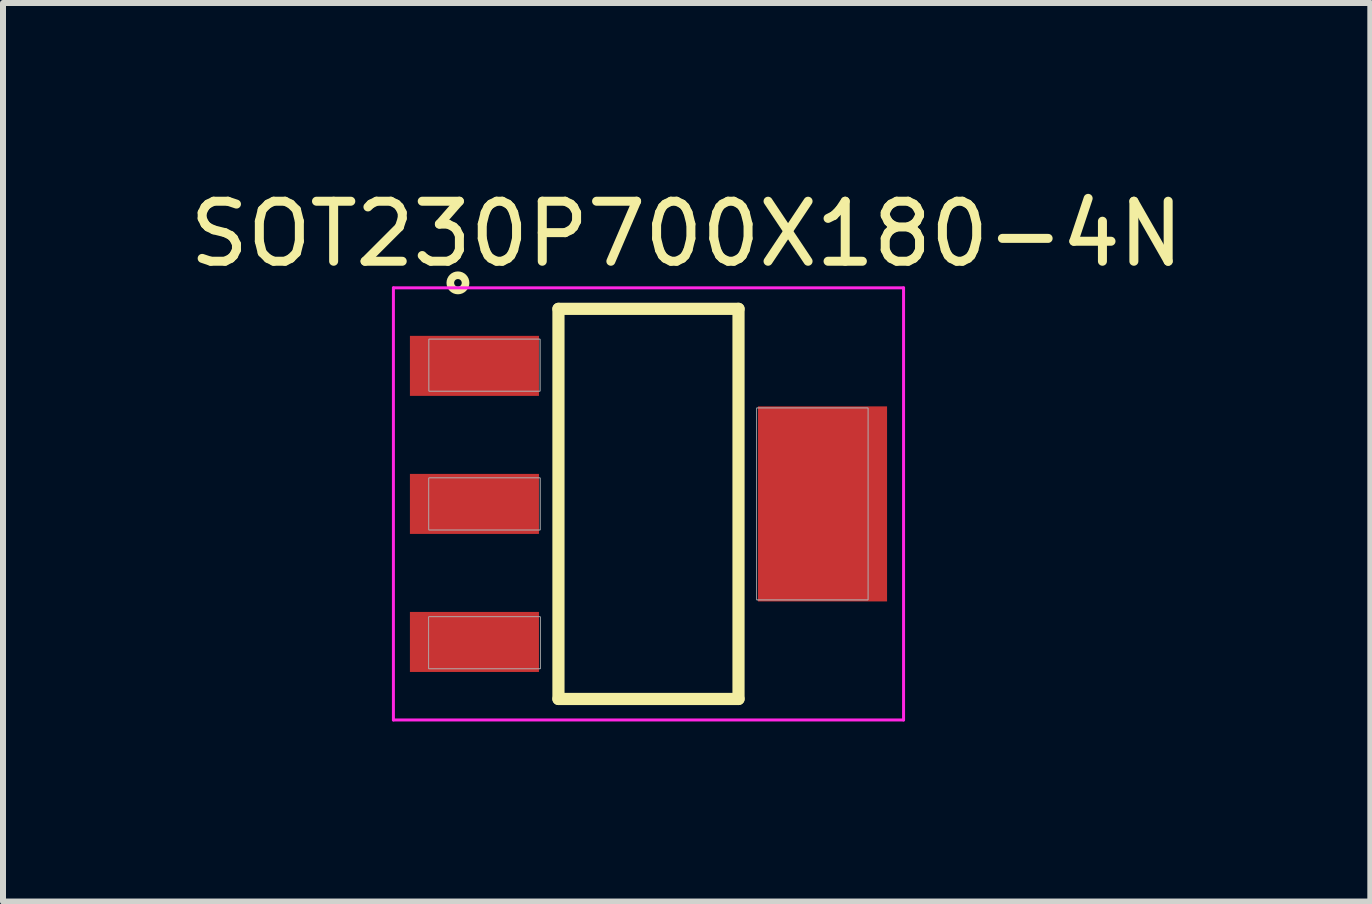
<source format=kicad_pcb>
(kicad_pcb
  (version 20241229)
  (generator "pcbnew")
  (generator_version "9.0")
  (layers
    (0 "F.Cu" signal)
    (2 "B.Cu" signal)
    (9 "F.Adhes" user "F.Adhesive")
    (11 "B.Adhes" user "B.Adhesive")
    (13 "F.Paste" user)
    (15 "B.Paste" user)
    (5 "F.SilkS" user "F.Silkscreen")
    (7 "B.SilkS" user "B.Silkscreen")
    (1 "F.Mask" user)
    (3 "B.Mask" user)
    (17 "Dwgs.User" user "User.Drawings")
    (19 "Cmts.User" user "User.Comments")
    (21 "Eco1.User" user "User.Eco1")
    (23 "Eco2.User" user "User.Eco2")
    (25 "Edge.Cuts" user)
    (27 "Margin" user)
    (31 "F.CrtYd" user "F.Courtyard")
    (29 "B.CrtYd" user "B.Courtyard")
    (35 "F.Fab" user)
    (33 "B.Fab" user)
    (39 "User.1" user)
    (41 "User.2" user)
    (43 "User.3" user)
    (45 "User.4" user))
  (footprint "SOT230P700X180-4N"
    (layer "F.Cu")
    (at 7.755 5.346)
    (property "Reference" "SOT230P700X180-4N" (at 0.635 -4.498 0) (layer "F.SilkS") (effects (font (size 1 1) (thickness 0.15))))
    (attr smd)
    (fp_line (start -1.5 -3.25) (end 1.5 -3.25) (stroke (width 0.203) (type solid)) (layer "F.SilkS"))
    (fp_line (start -1.5 3.25) (end -1.5 -3.25) (stroke (width 0.203) (type solid)) (layer "F.SilkS"))
    (fp_line (start 1.5 -3.25) (end 1.5 3.25) (stroke (width 0.203) (type solid)) (layer "F.SilkS"))
    (fp_line (start 1.5 3.25) (end -1.5 3.25) (stroke (width 0.203) (type solid)) (layer "F.SilkS"))
    (fp_circle (center -3.175 -3.683) (end -3.048 -3.683) (stroke (width 0.127) (type solid)) (fill no) (layer "F.SilkS"))
    (fp_line (start -4.25 -3.6) (end 4.25 -3.6) (stroke (width 0.05) (type solid)) (layer "F.CrtYd"))
    (fp_line (start -4.25 3.6) (end -4.25 -3.6) (stroke (width 0.05) (type solid)) (layer "F.CrtYd"))
    (fp_line (start 4.25 -3.6) (end 4.25 3.6) (stroke (width 0.05) (type solid)) (layer "F.CrtYd"))
    (fp_line (start 4.25 3.6) (end -4.25 3.6) (stroke (width 0.05) (type solid)) (layer "F.CrtYd"))
    (fp_poly (pts (xy -1.807 -2.747) (xy -1.807 -1.878) (xy -3.659 -1.878) (xy -3.659 -2.747)) (stroke (width 0.01) (type solid)) (fill no) (layer "F.Fab"))
    (fp_poly (pts (xy -1.806 -2.746) (xy -1.806 -1.879) (xy -3.659 -1.879) (xy -3.659 -2.746)) (stroke (width 0.01) (type solid)) (fill no) (layer "F.Fab"))
    (fp_poly (pts (xy -1.805 -0.434) (xy -1.805 0.435) (xy -3.661 0.435) (xy -3.661 -0.434)) (stroke (width 0.01) (type solid)) (fill no) (layer "F.Fab"))
    (fp_poly (pts (xy -1.805 -0.433) (xy -1.805 0.434) (xy -3.66 0.434) (xy -3.66 -0.433)) (stroke (width 0.01) (type solid)) (fill no) (layer "F.Fab"))
    (fp_poly (pts (xy -1.803 1.88) (xy -1.803 2.747) (xy -3.661 2.747) (xy -3.661 1.88)) (stroke (width 0.01) (type solid)) (fill no) (layer "F.Fab"))
    (fp_poly (pts (xy -1.803 1.88) (xy -1.803 2.749) (xy -3.663 2.749) (xy -3.663 1.88)) (stroke (width 0.01) (type solid)) (fill no) (layer "F.Fab"))
    (fp_poly (pts (xy 3.658 -1.6) (xy 3.658 1.6) (xy 1.803 1.6) (xy 1.803 -1.6)) (stroke (width 0.01) (type solid)) (fill no) (layer "F.Fab"))
    (fp_poly (pts (xy 3.659 -1.599) (xy 3.659 1.6) (xy 1.804 1.6) (xy 1.804 -1.599)) (stroke (width 0.01) (type solid)) (fill no) (layer "F.Fab"))
    (pad "1" smd rect (at -2.9 -2.3) (size 2.15 1) (layers "F.Cu" "F.Mask" "F.Paste"))
    (pad "2" smd rect (at -2.9 0) (size 2.15 1) (layers "F.Cu" "F.Mask" "F.Paste"))
    (pad "3" smd rect (at -2.9 2.3) (size 2.15 1) (layers "F.Cu" "F.Mask" "F.Paste"))
    (pad "4" smd rect (at 2.9 0) (size 2.15 3.25) (layers "F.Cu" "F.Mask" "F.Paste")))
  (gr_rect
    (start -3 -3)
    (end 19.782 11.971)
    (stroke (width 0.1) (type default))
    (fill no)
    (layer "Edge.Cuts")))
</source>
